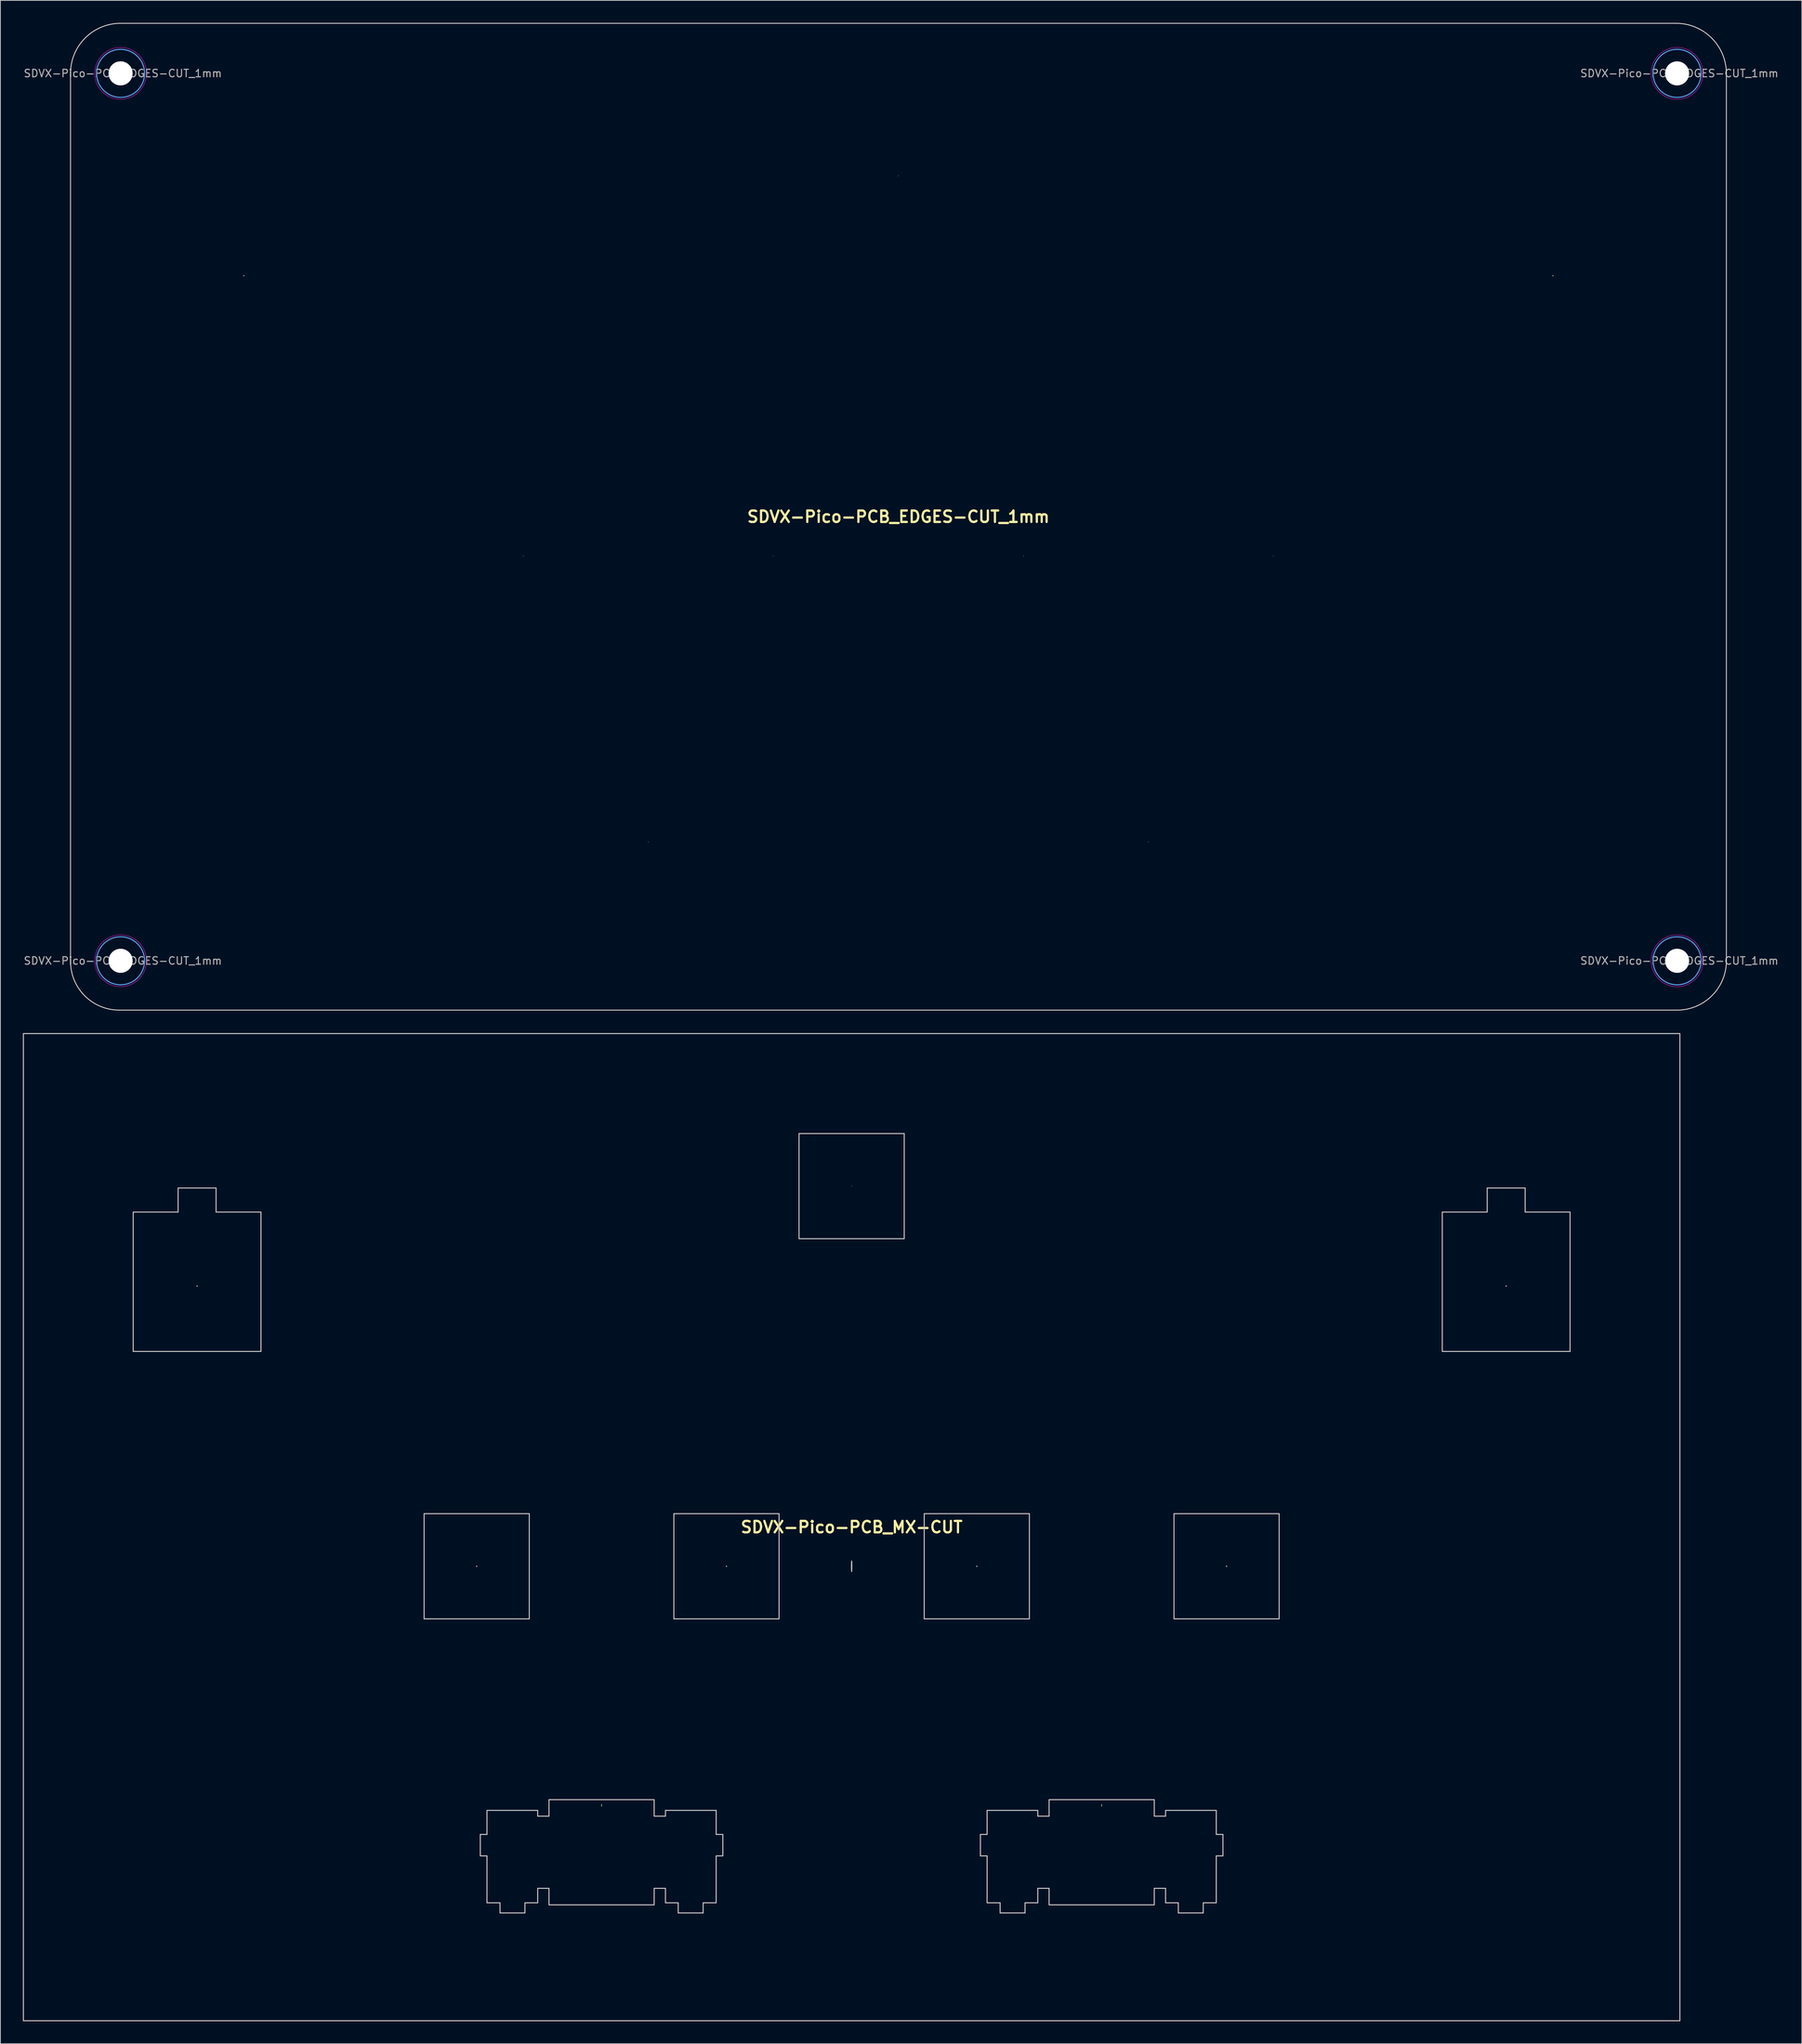
<source format=kicad_pcb>
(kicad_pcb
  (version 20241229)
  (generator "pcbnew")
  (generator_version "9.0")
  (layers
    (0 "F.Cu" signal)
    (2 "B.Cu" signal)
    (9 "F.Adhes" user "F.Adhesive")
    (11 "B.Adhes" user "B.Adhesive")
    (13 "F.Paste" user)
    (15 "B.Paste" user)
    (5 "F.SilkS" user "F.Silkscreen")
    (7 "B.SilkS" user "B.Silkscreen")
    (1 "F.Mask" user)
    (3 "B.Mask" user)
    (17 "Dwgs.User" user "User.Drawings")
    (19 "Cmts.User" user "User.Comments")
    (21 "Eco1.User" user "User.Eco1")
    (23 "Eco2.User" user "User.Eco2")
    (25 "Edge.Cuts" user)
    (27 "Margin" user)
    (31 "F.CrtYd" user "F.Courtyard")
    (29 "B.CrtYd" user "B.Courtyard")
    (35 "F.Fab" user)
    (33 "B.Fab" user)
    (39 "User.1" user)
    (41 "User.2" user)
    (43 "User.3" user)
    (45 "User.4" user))
  (footprint "SDVX-Pico-PCB_EDGES-CUT_1mm"
    (layer "F.Cu")
    (at 116.819 65.9)
    (property "Reference" "SDVX-Pico-PCB_EDGES-CUT_1mm" (at 0 0 0) (unlocked yes) (layer "F.SilkS") (effects (font (size 1.524 1.524) (thickness 0.3))))
    (attr smd)
    (fp_poly (pts (xy -49.989 5.21) (xy -49.988 5.219) (xy -50.018 5.257) (xy -50.027 5.258) (xy -50.064 5.228) (xy -50.065 5.219) (xy -50.036 5.182) (xy -50.027 5.181)) (stroke (width 0) (type solid)) (fill yes) (layer "F.SilkS"))
    (fp_poly (pts (xy -33.327 43.368) (xy -33.325 43.377) (xy -33.355 43.415) (xy -33.364 43.416) (xy -33.402 43.386) (xy -33.403 43.377) (xy -33.373 43.34) (xy -33.364 43.339)) (stroke (width 0) (type solid)) (fill yes) (layer "F.SilkS"))
    (fp_poly (pts (xy -16.664 5.21) (xy -16.663 5.219) (xy -16.692 5.257) (xy -16.701 5.258) (xy -16.739 5.228) (xy -16.74 5.219) (xy -16.711 5.182) (xy -16.701 5.181)) (stroke (width 0) (type solid)) (fill yes) (layer "F.SilkS"))
    (fp_poly (pts (xy 0.038 -45.513) (xy 0.039 -45.504) (xy 0.009 -45.466) (xy 0 -45.465) (xy -0.038 -45.494) (xy -0.039 -45.504) (xy -0.009 -45.541) (xy 0 -45.542)) (stroke (width 0) (type solid)) (fill yes) (layer "F.SilkS"))
    (fp_poly (pts (xy 16.739 5.21) (xy 16.74 5.219) (xy 16.711 5.257) (xy 16.701 5.258) (xy 16.664 5.228) (xy 16.663 5.219) (xy 16.692 5.182) (xy 16.701 5.181)) (stroke (width 0) (type solid)) (fill yes) (layer "F.SilkS"))
    (fp_poly (pts (xy 33.402 43.368) (xy 33.403 43.377) (xy 33.373 43.415) (xy 33.364 43.416) (xy 33.327 43.386) (xy 33.325 43.377) (xy 33.355 43.34) (xy 33.364 43.339)) (stroke (width 0) (type solid)) (fill yes) (layer "F.SilkS"))
    (fp_poly (pts (xy 50.064 5.21) (xy 50.065 5.219) (xy 50.036 5.257) (xy 50.027 5.258) (xy 49.989 5.228) (xy 49.988 5.219) (xy 50.018 5.182) (xy 50.027 5.181)) (stroke (width 0) (type solid)) (fill yes) (layer "F.SilkS"))
    (fp_poly (pts (xy -87.302 -32.224) (xy -87.291 -32.215) (xy -87.27 -32.154) (xy -87.298 -32.101) (xy -87.334 -32.088) (xy -87.384 -32.116) (xy -87.394 -32.13) (xy -87.399 -32.189) (xy -87.358 -32.229)) (stroke (width 0) (type solid)) (fill yes) (layer "F.SilkS"))
    (fp_poly (pts (xy 87.367 -32.224) (xy 87.377 -32.215) (xy 87.399 -32.154) (xy 87.371 -32.101) (xy 87.334 -32.088) (xy 87.285 -32.116) (xy 87.274 -32.13) (xy 87.27 -32.189) (xy 87.311 -32.229)) (stroke (width 0) (type solid)) (fill yes) (layer "F.SilkS"))
    (fp_circle (center -103.78 -59.16) (end -100.58 -59.16) (stroke (width 0.15) (type solid)) (fill no) (layer "Cmts.User"))
    (fp_circle (center -103.779 59.25) (end -100.579 59.25) (stroke (width 0.15) (type solid)) (fill no) (layer "Cmts.User"))
    (fp_circle (center 103.9 -59.16) (end 107.1 -59.16) (stroke (width 0.15) (type solid)) (fill no) (layer "Cmts.User"))
    (fp_circle (center 103.901 59.25) (end 107.101 59.25) (stroke (width 0.15) (type solid)) (fill no) (layer "Cmts.User"))
    (fp_line (start -110.46 -59.213) (end -110.46 59.33) (stroke (width 0.12) (type solid)) (layer "Edge.Cuts"))
    (fp_line (start -103.96 65.83) (end 103.894 65.83) (stroke (width 0.12) (type solid)) (layer "Edge.Cuts"))
    (fp_line (start 103.86 -65.84) (end -103.89 -65.84) (stroke (width 0.12) (type solid)) (layer "Edge.Cuts"))
    (fp_line (start 110.48 59.34) (end 110.48 -59.24) (stroke (width 0.12) (type solid)) (layer "Edge.Cuts"))
    (fp_arc (start -110.46 -59.213171) (mid -108.523279 -63.863302) (end -103.89 -65.84) (stroke (width 0.12) (type solid)) (layer "Edge.Cuts"))
    (fp_arc (start -103.96 65.829999) (mid -108.556198 63.926196) (end -110.460007 59.33) (stroke (width 0.12) (type solid)) (layer "Edge.Cuts"))
    (fp_arc (start 103.86 -65.84) (mid 108.506804 -63.880855) (end 110.48 -59.24) (stroke (width 0.12) (type solid)) (layer "Edge.Cuts"))
    (fp_arc (start 110.48 59.34) (mid 108.518174 63.936004) (end 103.893804 65.83) (stroke (width 0.12) (type solid)) (layer "Edge.Cuts"))
    (fp_circle (center -103.78 -59.16) (end -100.33 -59.16) (stroke (width 0.05) (type solid)) (fill no) (layer "F.CrtYd"))
    (fp_circle (center -103.779 59.25) (end -100.329 59.25) (stroke (width 0.05) (type solid)) (fill no) (layer "F.CrtYd"))
    (fp_circle (center 103.9 -59.16) (end 107.35 -59.16) (stroke (width 0.05) (type solid)) (fill no) (layer "F.CrtYd"))
    (fp_circle (center 103.901 59.25) (end 107.351 59.25) (stroke (width 0.05) (type solid)) (fill no) (layer "F.CrtYd"))
    (fp_text user "${REFERENCE}" (at -103.479 59.25 0) (layer "F.Fab") (effects (font (size 1 1) (thickness 0.15))))
    (fp_text user "${REFERENCE}" (at 104.2 -59.16 0) (layer "F.Fab") (effects (font (size 1 1) (thickness 0.15))))
    (fp_text user "${REFERENCE}" (at -103.48 -59.16 0) (layer "F.Fab") (effects (font (size 1 1) (thickness 0.15))))
    (fp_text user "${REFERENCE}" (at 104.201 59.25 0) (layer "F.Fab") (effects (font (size 1 1) (thickness 0.15))))
    (pad "" np_thru_hole circle (at -103.78 -59.16) (size 3.2 3.2) (drill 3.2) (layers "*.Cu" "*.Mask"))
    (pad "" np_thru_hole circle (at -103.78 -59.16) (size 3.2 3.2) (drill 3.2) (layers "*.Cu" "*.Mask"))
    (pad "" np_thru_hole circle (at -103.779 59.25) (size 3.2 3.2) (drill 3.2) (layers "*.Cu" "*.Mask"))
    (pad "" np_thru_hole circle (at -103.779 59.25) (size 3.2 3.2) (drill 3.2) (layers "*.Cu" "*.Mask"))
    (pad "" np_thru_hole circle (at 103.9 -59.16) (size 3.2 3.2) (drill 3.2) (layers "*.Cu" "*.Mask"))
    (pad "" np_thru_hole circle (at 103.9 -59.16) (size 3.2 3.2) (drill 3.2) (layers "*.Cu" "*.Mask"))
    (pad "" np_thru_hole circle (at 103.901 59.25) (size 3.2 3.2) (drill 3.2) (layers "*.Cu" "*.Mask"))
    (pad "" np_thru_hole circle (at 103.901 59.25) (size 3.2 3.2) (drill 3.2) (layers "*.Cu" "*.Mask")))
  (footprint "SDVX-Pico-PCB_MX-CUT"
    (layer "F.Cu")
    (at 110.581 200.718)
    (property "Reference" "SDVX-Pico-PCB_MX-CUT" (at 0 0 0) (layer "F.SilkS") (effects (font (size 1.524 1.524) (thickness 0.3))))
    (attr board_only exclude_from_pos_files exclude_from_bom)
    (fp_poly (pts (xy 0.038 -45.513) (xy 0.039 -45.504) (xy 0.009 -45.466) (xy 0 -45.465) (xy -0.038 -45.494) (xy -0.039 -45.504) (xy -0.009 -45.541) (xy 0 -45.542)) (stroke (width 0) (type solid)) (fill yes) (layer "F.SilkS"))
    (fp_poly (pts (xy -33.342 36.956) (xy -33.328 37.045) (xy -33.325 37.114) (xy -33.332 37.224) (xy -33.35 37.294) (xy -33.364 37.307) (xy -33.386 37.273) (xy -33.4 37.184) (xy -33.403 37.114) (xy -33.396 37.004) (xy -33.378 36.934) (xy -33.364 36.921)) (stroke (width 0) (type solid)) (fill yes) (layer "F.SilkS"))
    (fp_poly (pts (xy 33.386 36.956) (xy 33.4 37.045) (xy 33.403 37.114) (xy 33.396 37.224) (xy 33.378 37.294) (xy 33.364 37.307) (xy 33.342 37.273) (xy 33.328 37.184) (xy 33.325 37.114) (xy 33.332 37.004) (xy 33.35 36.934) (xy 33.364 36.921)) (stroke (width 0) (type solid)) (fill yes) (layer "F.SilkS"))
    (fp_poly (pts (xy -87.297 -32.175) (xy -87.296 -32.166) (xy -87.325 -32.128) (xy -87.334 -32.127) (xy -87.372 -32.156) (xy -87.373 -32.166) (xy -87.343 -32.203) (xy -87.334 -32.204)) (stroke (width 0.1) (type solid)) (fill no) (layer "Dwgs.User"))
    (fp_poly (pts (xy -49.989 5.21) (xy -49.988 5.219) (xy -50.018 5.257) (xy -50.027 5.258) (xy -50.064 5.228) (xy -50.065 5.219) (xy -50.036 5.182) (xy -50.027 5.181)) (stroke (width 0.1) (type solid)) (fill no) (layer "Dwgs.User"))
    (fp_poly (pts (xy -16.664 5.21) (xy -16.663 5.219) (xy -16.692 5.257) (xy -16.701 5.258) (xy -16.739 5.228) (xy -16.74 5.219) (xy -16.711 5.182) (xy -16.701 5.181)) (stroke (width 0.1) (type solid)) (fill no) (layer "Dwgs.User"))
    (fp_poly (pts (xy 16.739 5.21) (xy 16.74 5.219) (xy 16.711 5.257) (xy 16.701 5.258) (xy 16.664 5.228) (xy 16.663 5.219) (xy 16.692 5.182) (xy 16.701 5.181)) (stroke (width 0.1) (type solid)) (fill no) (layer "Dwgs.User"))
    (fp_poly (pts (xy 50.064 5.21) (xy 50.065 5.219) (xy 50.036 5.257) (xy 50.027 5.258) (xy 49.989 5.228) (xy 49.988 5.219) (xy 50.018 5.182) (xy 50.027 5.181)) (stroke (width 0.1) (type solid)) (fill no) (layer "Dwgs.User"))
    (fp_poly (pts (xy 87.372 -32.175) (xy 87.373 -32.166) (xy 87.343 -32.128) (xy 87.334 -32.127) (xy 87.297 -32.156) (xy 87.296 -32.166) (xy 87.325 -32.203) (xy 87.334 -32.204)) (stroke (width 0.1) (type solid)) (fill no) (layer "Dwgs.User"))
    (fp_poly (pts (xy -42.991 12.255) (xy -57.063 12.255) (xy -57.063 12.217) (xy -57.024 12.217) (xy -43.029 12.217) (xy -43.029 -1.778) (xy -57.024 -1.778) (xy -57.024 12.217) (xy -57.063 12.217) (xy -57.063 -1.817) (xy -42.991 -1.817)) (stroke (width 0.1) (type solid)) (fill no) (layer "Dwgs.User"))
    (fp_poly (pts (xy -9.665 12.255) (xy -23.738 12.255) (xy -23.738 12.217) (xy -23.699 12.217) (xy -9.704 12.217) (xy -9.704 -1.778) (xy -23.699 -1.778) (xy -23.699 12.217) (xy -23.738 12.217) (xy -23.738 -1.817) (xy -9.665 -1.817)) (stroke (width 0.1) (type solid)) (fill no) (layer "Dwgs.User"))
    (fp_poly (pts (xy 7.036 -38.467) (xy -7.036 -38.467) (xy -7.036 -38.506) (xy -6.998 -38.506) (xy 6.998 -38.506) (xy 6.998 -52.501) (xy -6.998 -52.501) (xy -6.998 -38.506) (xy -7.036 -38.506) (xy -7.036 -52.54) (xy 7.036 -52.54)) (stroke (width 0.1) (type solid)) (fill no) (layer "Dwgs.User"))
    (fp_poly (pts (xy 23.738 12.255) (xy 9.665 12.255) (xy 9.665 12.217) (xy 9.704 12.217) (xy 23.699 12.217) (xy 23.699 -1.778) (xy 9.704 -1.778) (xy 9.704 12.217) (xy 9.665 12.217) (xy 9.665 -1.817) (xy 23.738 -1.817)) (stroke (width 0.1) (type solid)) (fill no) (layer "Dwgs.User"))
    (fp_poly (pts (xy 57.063 12.255) (xy 42.991 12.255) (xy 42.991 12.217) (xy 43.029 12.217) (xy 57.024 12.217) (xy 57.024 -1.778) (xy 43.029 -1.778) (xy 43.029 12.217) (xy 42.991 12.217) (xy 42.991 -1.817) (xy 57.063 -1.817)) (stroke (width 0.1) (type solid)) (fill no) (layer "Dwgs.User"))
    (fp_poly (pts (xy 110.531 65.878) (xy -110.531 65.878) (xy -110.531 65.839) (xy -110.492 65.839) (xy 110.492 65.839) (xy 110.492 -65.839) (xy -110.492 -65.839) (xy -110.492 65.839) (xy -110.531 65.839) (xy -110.531 -65.878) (xy 110.531 -65.878)) (stroke (width 0.1) (type solid)) (fill no) (layer "Dwgs.User"))
    (fp_poly (pts (xy -84.783 -42.063) (xy -78.79 -42.063) (xy -78.79 -23.428) (xy -95.878 -23.428) (xy -95.878 -23.467) (xy -95.84 -23.467) (xy -78.829 -23.467) (xy -78.829 -42.024) (xy -84.821 -42.024) (xy -84.821 -45.233) (xy -89.847 -45.233) (xy -89.847 -42.024) (xy -95.84 -42.024) (xy -95.84 -23.467) (xy -95.878 -23.467) (xy -95.878 -42.063) (xy -89.886 -42.063) (xy -89.886 -45.272) (xy -84.783 -45.272)) (stroke (width 0.1) (type solid)) (fill no) (layer "Dwgs.User"))
    (fp_poly (pts (xy 89.886 -42.063) (xy 95.878 -42.063) (xy 95.878 -23.428) (xy 78.79 -23.428) (xy 78.79 -23.467) (xy 78.829 -23.467) (xy 95.84 -23.467) (xy 95.84 -42.024) (xy 89.847 -42.024) (xy 89.847 -45.233) (xy 84.821 -45.233) (xy 84.821 -42.024) (xy 78.829 -42.024) (xy 78.829 -23.467) (xy 78.79 -23.467) (xy 78.79 -42.063) (xy 84.783 -42.063) (xy 84.783 -45.272) (xy 89.886 -45.272)) (stroke (width 0.1) (type solid)) (fill no) (layer "Dwgs.User"))
    (fp_poly (pts (xy 0.014 4.522) (xy 0.026 4.633) (xy 0.034 4.811) (xy 0.038 5.051) (xy 0.039 5.219) (xy 0.037 5.494) (xy 0.031 5.71) (xy 0.022 5.86) (xy 0.009 5.941) (xy 0 5.954) (xy -0.014 5.916) (xy -0.026 5.806) (xy -0.034 5.628) (xy -0.038 5.387) (xy -0.039 5.219) (xy -0.037 4.944) (xy -0.031 4.729) (xy -0.022 4.578) (xy -0.009 4.498) (xy 0 4.485)) (stroke (width 0.1) (type solid)) (fill no) (layer "Dwgs.User"))
    (fp_poly (pts (xy -26.328 38.545) (xy -24.859 38.545) (xy -24.859 37.771) (xy -18.054 37.771) (xy -18.054 40.98) (xy -17.165 40.98) (xy -17.165 43.88) (xy -18.054 43.88) (xy -18.054 50.143) (xy -19.794 50.143) (xy -19.794 51.496) (xy -23.158 51.496) (xy -23.158 50.143) (xy -24.859 50.143) (xy -24.859 48.21) (xy -26.328 48.21) (xy -26.328 50.413) (xy -40.4 50.413) (xy -40.4 48.21) (xy -41.869 48.21) (xy -41.869 50.143) (xy -43.57 50.143) (xy -43.57 51.496) (xy -46.934 51.496) (xy -46.934 50.143) (xy -48.674 50.143) (xy -48.674 43.88) (xy -49.563 43.88) (xy -49.563 43.841) (xy -49.524 43.841) (xy -48.635 43.841) (xy -48.635 50.104) (xy -46.895 50.104) (xy -46.895 51.457) (xy -43.609 51.457) (xy -43.609 50.104) (xy -41.908 50.104) (xy -41.908 48.171) (xy -40.362 48.171) (xy -40.362 50.375) (xy -26.367 50.375) (xy -26.367 48.171) (xy -24.82 48.171) (xy -24.82 50.104) (xy -23.119 50.104) (xy -23.119 51.457) (xy -19.833 51.457) (xy -19.833 50.104) (xy -18.093 50.104) (xy -18.093 43.841) (xy -17.204 43.841) (xy -17.204 41.019) (xy -18.093 41.019) (xy -18.093 37.81) (xy -24.82 37.81) (xy -24.82 38.583) (xy -26.367 38.583) (xy -26.367 36.38) (xy -40.362 36.38) (xy -40.362 38.583) (xy -41.908 38.583) (xy -41.908 37.81) (xy -48.635 37.81) (xy -48.635 41.019) (xy -49.524 41.019) (xy -49.524 43.841) (xy -49.563 43.841) (xy -49.563 40.98) (xy -48.674 40.98) (xy -48.674 37.771) (xy -41.869 37.771) (xy -41.869 38.545) (xy -40.4 38.545) (xy -40.4 36.341) (xy -26.328 36.341)) (stroke (width 0.1) (type solid)) (fill no) (layer "Dwgs.User"))
    (fp_poly (pts (xy 40.4 38.545) (xy 41.869 38.545) (xy 41.869 37.771) (xy 48.674 37.771) (xy 48.674 40.98) (xy 49.563 40.98) (xy 49.563 43.88) (xy 48.674 43.88) (xy 48.674 50.143) (xy 46.934 50.143) (xy 46.934 51.496) (xy 43.57 51.496) (xy 43.57 50.143) (xy 41.869 50.143) (xy 41.869 48.21) (xy 40.4 48.21) (xy 40.4 50.413) (xy 26.328 50.413) (xy 26.328 48.21) (xy 24.859 48.21) (xy 24.859 50.143) (xy 23.158 50.143) (xy 23.158 51.496) (xy 19.794 51.496) (xy 19.794 50.143) (xy 18.054 50.143) (xy 18.054 43.88) (xy 17.165 43.88) (xy 17.165 43.841) (xy 17.204 43.841) (xy 18.093 43.841) (xy 18.093 50.104) (xy 19.833 50.104) (xy 19.833 51.457) (xy 23.119 51.457) (xy 23.119 50.104) (xy 24.82 50.104) (xy 24.82 48.171) (xy 26.367 48.171) (xy 26.367 50.375) (xy 40.362 50.375) (xy 40.362 48.171) (xy 41.908 48.171) (xy 41.908 50.104) (xy 43.609 50.104) (xy 43.609 51.457) (xy 46.895 51.457) (xy 46.895 50.104) (xy 48.635 50.104) (xy 48.635 43.841) (xy 49.524 43.841) (xy 49.524 41.019) (xy 48.635 41.019) (xy 48.635 37.81) (xy 41.908 37.81) (xy 41.908 38.583) (xy 40.362 38.583) (xy 40.362 36.38) (xy 26.367 36.38) (xy 26.367 38.583) (xy 24.82 38.583) (xy 24.82 37.81) (xy 18.093 37.81) (xy 18.093 41.019) (xy 17.204 41.019) (xy 17.204 43.841) (xy 17.165 43.841) (xy 17.165 40.98) (xy 18.054 40.98) (xy 18.054 37.771) (xy 24.859 37.771) (xy 24.859 38.545) (xy 26.328 38.545) (xy 26.328 36.341) (xy 40.4 36.341)) (stroke (width 0.1) (type solid)) (fill no) (layer "Dwgs.User")))
  (gr_rect
    (start -3 -3)
    (end 237.36 269.645)
    (stroke (width 0.1) (type default))
    (fill no)
    (layer "Edge.Cuts")))
</source>
